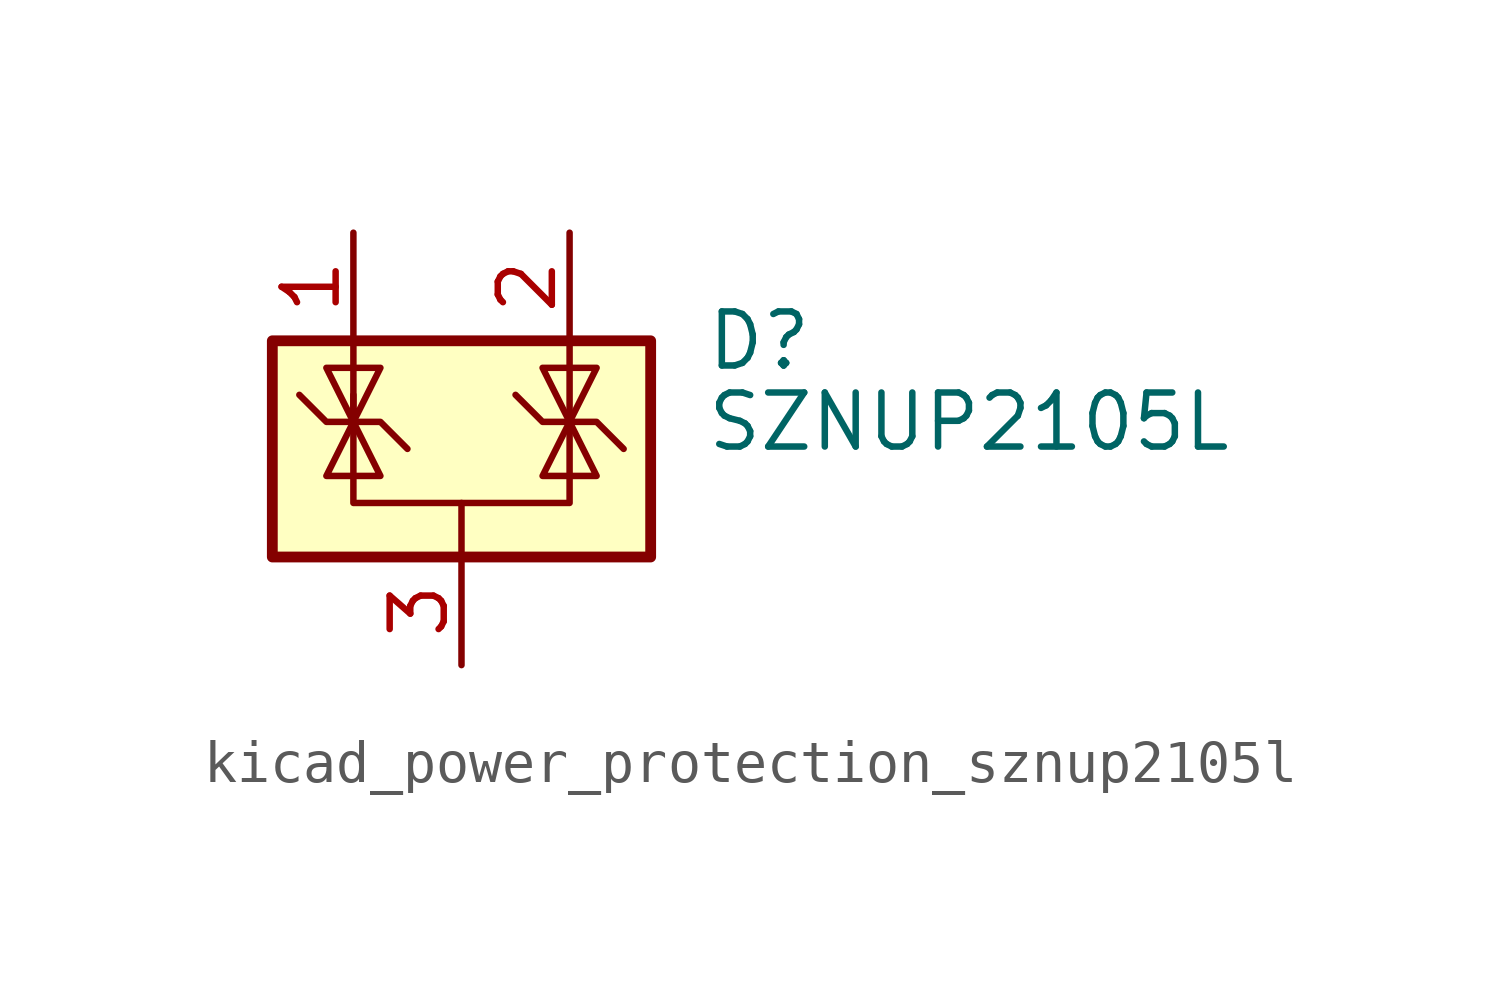
<source format=kicad_sym>
(kicad_symbol_lib
  (version 20220914)
  (generator kicad_symbol_editor)
  (symbol "kicad_power_protection_sznup2105l"
    (pin_names hide)
    (property "Reference" "D"
      (at 5.715 2.54 0)
      (effects (font (size 1.27 1.27)) (justify left)))
    (property "Value" "SZNUP2105L"
      (at 5.715 0.635 0)
      (effects (font (size 1.27 1.27)) (justify left)))
    (symbol "kicad_power_protection_sznup2105l_0_0"
      (pin passive line (at 0 -5.08 90) (length 2.54) (name "A" (effects (font (size 1.27 1.27)))) (number "3" (effects (font (size 1.27 1.27))))))
    (symbol "kicad_power_protection_sznup2105l_0_1"
      (rectangle (start -4.445 2.54) (end 4.445 -2.54) (stroke (width 0.254) (type default)) (fill (type background)))
      (polyline (pts (xy -2.54 2.54) (xy -2.54 0.635)) (stroke (width 0) (type default)) (fill (type none)))
      (polyline (pts (xy 0 -1.27) (xy 0 -2.54)) (stroke (width 0) (type default)) (fill (type none)))
      (polyline (pts (xy 2.54 2.54) (xy 2.54 0.635)) (stroke (width 0) (type default)) (fill (type none)))
      (polyline (pts (xy -3.81 1.27) (xy -3.175 0.635) (xy -1.905 0.635) (xy -1.27 0)) (stroke (width 0) (type default)) (fill (type none)))
      (polyline (pts (xy -2.54 0.635) (xy -2.54 -1.27) (xy 2.54 -1.27) (xy 2.54 0.635)) (stroke (width 0) (type default)) (fill (type none)))
      (polyline (pts (xy -2.54 0.635) (xy -1.905 -0.635) (xy -3.175 -0.635) (xy -2.54 0.635)) (stroke (width 0) (type default)) (fill (type none)))
      (polyline (pts (xy 2.54 0.635) (xy 1.905 -0.635) (xy 3.175 -0.635) (xy 2.54 0.635)) (stroke (width 0) (type default)) (fill (type none)))
      (polyline (pts (xy 2.54 0.635) (xy 3.175 1.905) (xy 1.905 1.905) (xy 2.54 0.635)) (stroke (width 0) (type default)) (fill (type none)))
      (polyline (pts (xy -2.54 0.635) (xy -3.175 1.905) (xy -1.905 1.905) (xy -2.54 0.635) (xy -2.54 1.27)) (stroke (width 0) (type default)) (fill (type none)))
      (polyline (pts (xy 1.27 1.27) (xy 1.905 0.635) (xy 2.54 0.635) (xy 3.175 0.635) (xy 3.81 0)) (stroke (width 0) (type default)) (fill (type none))))
    (symbol "kicad_power_protection_sznup2105l_1_1"
      (pin passive line (at -2.54 5.08 270) (length 2.54) (name "K" (effects (font (size 1.27 1.27)))) (number "1" (effects (font (size 1.27 1.27)))))
      (pin passive line (at 2.54 5.08 270) (length 2.54) (name "K" (effects (font (size 1.27 1.27)))) (number "2" (effects (font (size 1.27 1.27))))))))
</source>
